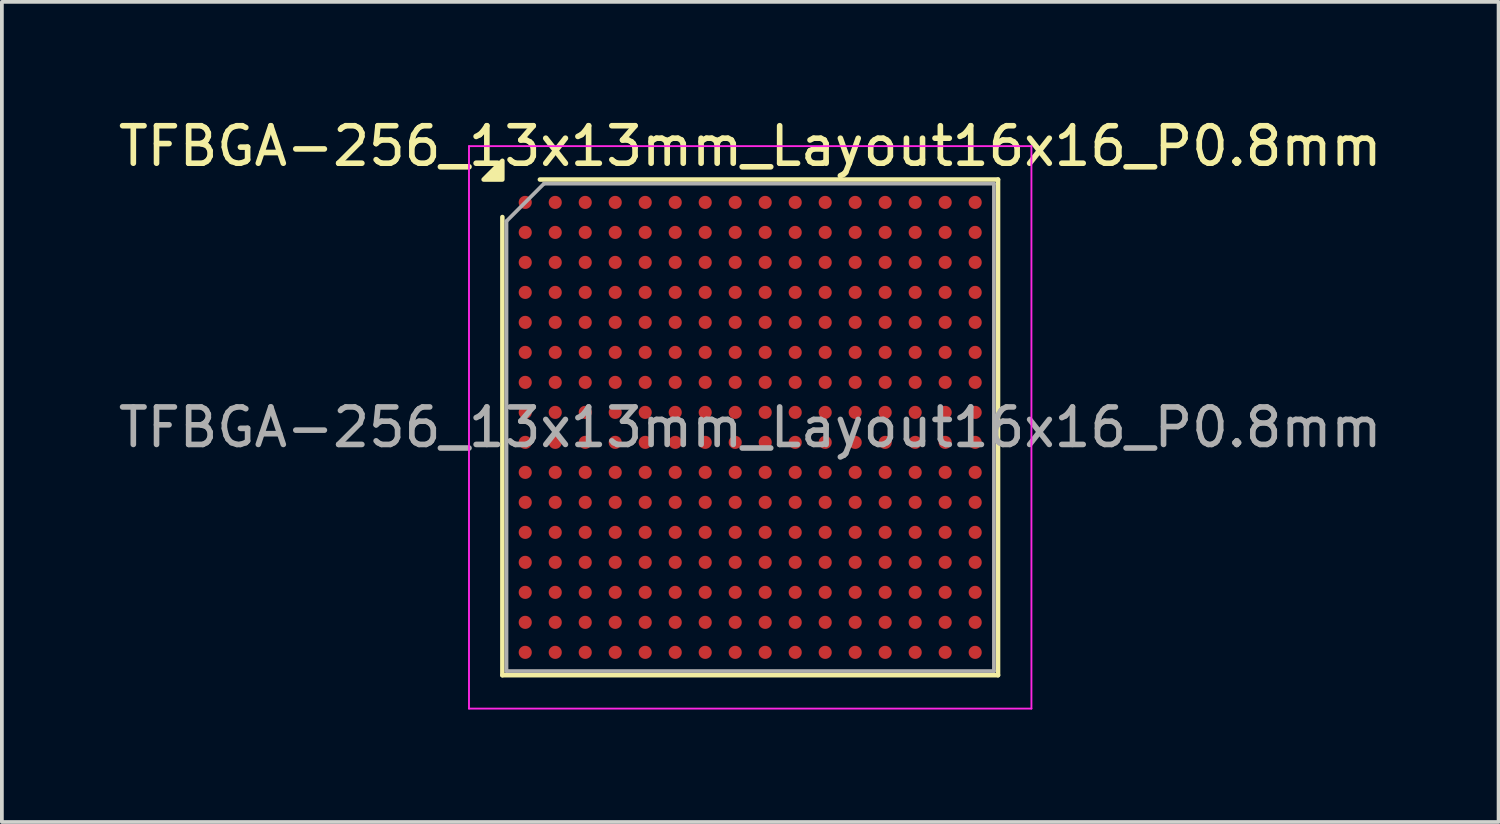
<source format=kicad_pcb>
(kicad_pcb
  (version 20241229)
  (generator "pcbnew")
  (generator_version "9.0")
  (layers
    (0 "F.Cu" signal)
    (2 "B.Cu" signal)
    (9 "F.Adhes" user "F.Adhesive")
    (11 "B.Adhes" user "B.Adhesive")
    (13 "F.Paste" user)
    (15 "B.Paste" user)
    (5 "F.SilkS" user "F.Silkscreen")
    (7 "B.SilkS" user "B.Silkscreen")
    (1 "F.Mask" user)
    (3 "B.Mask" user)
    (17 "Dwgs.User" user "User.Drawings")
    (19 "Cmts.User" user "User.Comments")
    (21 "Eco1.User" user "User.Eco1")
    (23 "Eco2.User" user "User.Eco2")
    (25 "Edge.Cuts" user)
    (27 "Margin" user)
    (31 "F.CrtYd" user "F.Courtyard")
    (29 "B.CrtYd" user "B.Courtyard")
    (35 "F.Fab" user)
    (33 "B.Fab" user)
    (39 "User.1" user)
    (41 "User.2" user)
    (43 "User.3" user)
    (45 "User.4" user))
  (footprint "TFBGA-256_13x13mm_Layout16x16_P0.8mm"
    (layer "F.Cu")
    (at 16.958 8.348)
    (property "Reference" "TFBGA-256_13x13mm_Layout16x16_P0.8mm" (at 0 -7.5 0) (layer "F.SilkS") (effects (font (size 1 1) (thickness 0.15))))
    (attr smd)
    (fp_line (start -6.61 6.61) (end -6.61 -5.61) (stroke (width 0.12) (type solid)) (layer "F.SilkS"))
    (fp_line (start -5.61 -6.61) (end 6.61 -6.61) (stroke (width 0.12) (type solid)) (layer "F.SilkS"))
    (fp_line (start 6.61 -6.61) (end 6.61 6.61) (stroke (width 0.12) (type solid)) (layer "F.SilkS"))
    (fp_line (start 6.61 6.61) (end -6.61 6.61) (stroke (width 0.12) (type solid)) (layer "F.SilkS"))
    (fp_poly (pts (xy -6.61 -6.61) (xy -7.11 -6.61) (xy -6.61 -7.11)) (stroke (width 0.12) (type solid)) (fill yes) (layer "F.SilkS"))
    (fp_line (start -7.5 -7.5) (end -7.5 7.5) (stroke (width 0.05) (type solid)) (layer "F.CrtYd"))
    (fp_line (start -7.5 7.5) (end 7.5 7.5) (stroke (width 0.05) (type solid)) (layer "F.CrtYd"))
    (fp_line (start 7.5 -7.5) (end -7.5 -7.5) (stroke (width 0.05) (type solid)) (layer "F.CrtYd"))
    (fp_line (start 7.5 7.5) (end 7.5 -7.5) (stroke (width 0.05) (type solid)) (layer "F.CrtYd"))
    (fp_line (start -6.5 -5.5) (end -5.5 -6.5) (stroke (width 0.1) (type solid)) (layer "F.Fab"))
    (fp_line (start -6.5 6.5) (end -6.5 -5.5) (stroke (width 0.1) (type solid)) (layer "F.Fab"))
    (fp_line (start -5.5 -6.5) (end 6.5 -6.5) (stroke (width 0.1) (type solid)) (layer "F.Fab"))
    (fp_line (start 6.5 -6.5) (end 6.5 6.5) (stroke (width 0.1) (type solid)) (layer "F.Fab"))
    (fp_line (start 6.5 6.5) (end -6.5 6.5) (stroke (width 0.1) (type solid)) (layer "F.Fab"))
    (fp_text user "${REFERENCE}" (at 0 0 0) (layer "F.Fab") (effects (font (size 1 1) (thickness 0.15))))
    (pad "A1" smd circle (at -6 -6) (size 0.35 0.35) (property pad_prop_bga) (layers "F.Cu" "F.Mask" "F.Paste"))
    (pad "A2" smd circle (at -5.2 -6) (size 0.35 0.35) (property pad_prop_bga) (layers "F.Cu" "F.Mask" "F.Paste"))
    (pad "A3" smd circle (at -4.4 -6) (size 0.35 0.35) (property pad_prop_bga) (layers "F.Cu" "F.Mask" "F.Paste"))
    (pad "A4" smd circle (at -3.6 -6) (size 0.35 0.35) (property pad_prop_bga) (layers "F.Cu" "F.Mask" "F.Paste"))
    (pad "A5" smd circle (at -2.8 -6) (size 0.35 0.35) (property pad_prop_bga) (layers "F.Cu" "F.Mask" "F.Paste"))
    (pad "A6" smd circle (at -2 -6) (size 0.35 0.35) (property pad_prop_bga) (layers "F.Cu" "F.Mask" "F.Paste"))
    (pad "A7" smd circle (at -1.2 -6) (size 0.35 0.35) (property pad_prop_bga) (layers "F.Cu" "F.Mask" "F.Paste"))
    (pad "A8" smd circle (at -0.4 -6) (size 0.35 0.35) (property pad_prop_bga) (layers "F.Cu" "F.Mask" "F.Paste"))
    (pad "A9" smd circle (at 0.4 -6) (size 0.35 0.35) (property pad_prop_bga) (layers "F.Cu" "F.Mask" "F.Paste"))
    (pad "A10" smd circle (at 1.2 -6) (size 0.35 0.35) (property pad_prop_bga) (layers "F.Cu" "F.Mask" "F.Paste"))
    (pad "A11" smd circle (at 2 -6) (size 0.35 0.35) (property pad_prop_bga) (layers "F.Cu" "F.Mask" "F.Paste"))
    (pad "A12" smd circle (at 2.8 -6) (size 0.35 0.35) (property pad_prop_bga) (layers "F.Cu" "F.Mask" "F.Paste"))
    (pad "A13" smd circle (at 3.6 -6) (size 0.35 0.35) (property pad_prop_bga) (layers "F.Cu" "F.Mask" "F.Paste"))
    (pad "A14" smd circle (at 4.4 -6) (size 0.35 0.35) (property pad_prop_bga) (layers "F.Cu" "F.Mask" "F.Paste"))
    (pad "A15" smd circle (at 5.2 -6) (size 0.35 0.35) (property pad_prop_bga) (layers "F.Cu" "F.Mask" "F.Paste"))
    (pad "A16" smd circle (at 6 -6) (size 0.35 0.35) (property pad_prop_bga) (layers "F.Cu" "F.Mask" "F.Paste"))
    (pad "B1" smd circle (at -6 -5.2) (size 0.35 0.35) (property pad_prop_bga) (layers "F.Cu" "F.Mask" "F.Paste"))
    (pad "B2" smd circle (at -5.2 -5.2) (size 0.35 0.35) (property pad_prop_bga) (layers "F.Cu" "F.Mask" "F.Paste"))
    (pad "B3" smd circle (at -4.4 -5.2) (size 0.35 0.35) (property pad_prop_bga) (layers "F.Cu" "F.Mask" "F.Paste"))
    (pad "B4" smd circle (at -3.6 -5.2) (size 0.35 0.35) (property pad_prop_bga) (layers "F.Cu" "F.Mask" "F.Paste"))
    (pad "B5" smd circle (at -2.8 -5.2) (size 0.35 0.35) (property pad_prop_bga) (layers "F.Cu" "F.Mask" "F.Paste"))
    (pad "B6" smd circle (at -2 -5.2) (size 0.35 0.35) (property pad_prop_bga) (layers "F.Cu" "F.Mask" "F.Paste"))
    (pad "B7" smd circle (at -1.2 -5.2) (size 0.35 0.35) (property pad_prop_bga) (layers "F.Cu" "F.Mask" "F.Paste"))
    (pad "B8" smd circle (at -0.4 -5.2) (size 0.35 0.35) (property pad_prop_bga) (layers "F.Cu" "F.Mask" "F.Paste"))
    (pad "B9" smd circle (at 0.4 -5.2) (size 0.35 0.35) (property pad_prop_bga) (layers "F.Cu" "F.Mask" "F.Paste"))
    (pad "B10" smd circle (at 1.2 -5.2) (size 0.35 0.35) (property pad_prop_bga) (layers "F.Cu" "F.Mask" "F.Paste"))
    (pad "B11" smd circle (at 2 -5.2) (size 0.35 0.35) (property pad_prop_bga) (layers "F.Cu" "F.Mask" "F.Paste"))
    (pad "B12" smd circle (at 2.8 -5.2) (size 0.35 0.35) (property pad_prop_bga) (layers "F.Cu" "F.Mask" "F.Paste"))
    (pad "B13" smd circle (at 3.6 -5.2) (size 0.35 0.35) (property pad_prop_bga) (layers "F.Cu" "F.Mask" "F.Paste"))
    (pad "B14" smd circle (at 4.4 -5.2) (size 0.35 0.35) (property pad_prop_bga) (layers "F.Cu" "F.Mask" "F.Paste"))
    (pad "B15" smd circle (at 5.2 -5.2) (size 0.35 0.35) (property pad_prop_bga) (layers "F.Cu" "F.Mask" "F.Paste"))
    (pad "B16" smd circle (at 6 -5.2) (size 0.35 0.35) (property pad_prop_bga) (layers "F.Cu" "F.Mask" "F.Paste"))
    (pad "C1" smd circle (at -6 -4.4) (size 0.35 0.35) (property pad_prop_bga) (layers "F.Cu" "F.Mask" "F.Paste"))
    (pad "C2" smd circle (at -5.2 -4.4) (size 0.35 0.35) (property pad_prop_bga) (layers "F.Cu" "F.Mask" "F.Paste"))
    (pad "C3" smd circle (at -4.4 -4.4) (size 0.35 0.35) (property pad_prop_bga) (layers "F.Cu" "F.Mask" "F.Paste"))
    (pad "C4" smd circle (at -3.6 -4.4) (size 0.35 0.35) (property pad_prop_bga) (layers "F.Cu" "F.Mask" "F.Paste"))
    (pad "C5" smd circle (at -2.8 -4.4) (size 0.35 0.35) (property pad_prop_bga) (layers "F.Cu" "F.Mask" "F.Paste"))
    (pad "C6" smd circle (at -2 -4.4) (size 0.35 0.35) (property pad_prop_bga) (layers "F.Cu" "F.Mask" "F.Paste"))
    (pad "C7" smd circle (at -1.2 -4.4) (size 0.35 0.35) (property pad_prop_bga) (layers "F.Cu" "F.Mask" "F.Paste"))
    (pad "C8" smd circle (at -0.4 -4.4) (size 0.35 0.35) (property pad_prop_bga) (layers "F.Cu" "F.Mask" "F.Paste"))
    (pad "C9" smd circle (at 0.4 -4.4) (size 0.35 0.35) (property pad_prop_bga) (layers "F.Cu" "F.Mask" "F.Paste"))
    (pad "C10" smd circle (at 1.2 -4.4) (size 0.35 0.35) (property pad_prop_bga) (layers "F.Cu" "F.Mask" "F.Paste"))
    (pad "C11" smd circle (at 2 -4.4) (size 0.35 0.35) (property pad_prop_bga) (layers "F.Cu" "F.Mask" "F.Paste"))
    (pad "C12" smd circle (at 2.8 -4.4) (size 0.35 0.35) (property pad_prop_bga) (layers "F.Cu" "F.Mask" "F.Paste"))
    (pad "C13" smd circle (at 3.6 -4.4) (size 0.35 0.35) (property pad_prop_bga) (layers "F.Cu" "F.Mask" "F.Paste"))
    (pad "C14" smd circle (at 4.4 -4.4) (size 0.35 0.35) (property pad_prop_bga) (layers "F.Cu" "F.Mask" "F.Paste"))
    (pad "C15" smd circle (at 5.2 -4.4) (size 0.35 0.35) (property pad_prop_bga) (layers "F.Cu" "F.Mask" "F.Paste"))
    (pad "C16" smd circle (at 6 -4.4) (size 0.35 0.35) (property pad_prop_bga) (layers "F.Cu" "F.Mask" "F.Paste"))
    (pad "D1" smd circle (at -6 -3.6) (size 0.35 0.35) (property pad_prop_bga) (layers "F.Cu" "F.Mask" "F.Paste"))
    (pad "D2" smd circle (at -5.2 -3.6) (size 0.35 0.35) (property pad_prop_bga) (layers "F.Cu" "F.Mask" "F.Paste"))
    (pad "D3" smd circle (at -4.4 -3.6) (size 0.35 0.35) (property pad_prop_bga) (layers "F.Cu" "F.Mask" "F.Paste"))
    (pad "D4" smd circle (at -3.6 -3.6) (size 0.35 0.35) (property pad_prop_bga) (layers "F.Cu" "F.Mask" "F.Paste"))
    (pad "D5" smd circle (at -2.8 -3.6) (size 0.35 0.35) (property pad_prop_bga) (layers "F.Cu" "F.Mask" "F.Paste"))
    (pad "D6" smd circle (at -2 -3.6) (size 0.35 0.35) (property pad_prop_bga) (layers "F.Cu" "F.Mask" "F.Paste"))
    (pad "D7" smd circle (at -1.2 -3.6) (size 0.35 0.35) (property pad_prop_bga) (layers "F.Cu" "F.Mask" "F.Paste"))
    (pad "D8" smd circle (at -0.4 -3.6) (size 0.35 0.35) (property pad_prop_bga) (layers "F.Cu" "F.Mask" "F.Paste"))
    (pad "D9" smd circle (at 0.4 -3.6) (size 0.35 0.35) (property pad_prop_bga) (layers "F.Cu" "F.Mask" "F.Paste"))
    (pad "D10" smd circle (at 1.2 -3.6) (size 0.35 0.35) (property pad_prop_bga) (layers "F.Cu" "F.Mask" "F.Paste"))
    (pad "D11" smd circle (at 2 -3.6) (size 0.35 0.35) (property pad_prop_bga) (layers "F.Cu" "F.Mask" "F.Paste"))
    (pad "D12" smd circle (at 2.8 -3.6) (size 0.35 0.35) (property pad_prop_bga) (layers "F.Cu" "F.Mask" "F.Paste"))
    (pad "D13" smd circle (at 3.6 -3.6) (size 0.35 0.35) (property pad_prop_bga) (layers "F.Cu" "F.Mask" "F.Paste"))
    (pad "D14" smd circle (at 4.4 -3.6) (size 0.35 0.35) (property pad_prop_bga) (layers "F.Cu" "F.Mask" "F.Paste"))
    (pad "D15" smd circle (at 5.2 -3.6) (size 0.35 0.35) (property pad_prop_bga) (layers "F.Cu" "F.Mask" "F.Paste"))
    (pad "D16" smd circle (at 6 -3.6) (size 0.35 0.35) (property pad_prop_bga) (layers "F.Cu" "F.Mask" "F.Paste"))
    (pad "E1" smd circle (at -6 -2.8) (size 0.35 0.35) (property pad_prop_bga) (layers "F.Cu" "F.Mask" "F.Paste"))
    (pad "E2" smd circle (at -5.2 -2.8) (size 0.35 0.35) (property pad_prop_bga) (layers "F.Cu" "F.Mask" "F.Paste"))
    (pad "E3" smd circle (at -4.4 -2.8) (size 0.35 0.35) (property pad_prop_bga) (layers "F.Cu" "F.Mask" "F.Paste"))
    (pad "E4" smd circle (at -3.6 -2.8) (size 0.35 0.35) (property pad_prop_bga) (layers "F.Cu" "F.Mask" "F.Paste"))
    (pad "E5" smd circle (at -2.8 -2.8) (size 0.35 0.35) (property pad_prop_bga) (layers "F.Cu" "F.Mask" "F.Paste"))
    (pad "E6" smd circle (at -2 -2.8) (size 0.35 0.35) (property pad_prop_bga) (layers "F.Cu" "F.Mask" "F.Paste"))
    (pad "E7" smd circle (at -1.2 -2.8) (size 0.35 0.35) (property pad_prop_bga) (layers "F.Cu" "F.Mask" "F.Paste"))
    (pad "E8" smd circle (at -0.4 -2.8) (size 0.35 0.35) (property pad_prop_bga) (layers "F.Cu" "F.Mask" "F.Paste"))
    (pad "E9" smd circle (at 0.4 -2.8) (size 0.35 0.35) (property pad_prop_bga) (layers "F.Cu" "F.Mask" "F.Paste"))
    (pad "E10" smd circle (at 1.2 -2.8) (size 0.35 0.35) (property pad_prop_bga) (layers "F.Cu" "F.Mask" "F.Paste"))
    (pad "E11" smd circle (at 2 -2.8) (size 0.35 0.35) (property pad_prop_bga) (layers "F.Cu" "F.Mask" "F.Paste"))
    (pad "E12" smd circle (at 2.8 -2.8) (size 0.35 0.35) (property pad_prop_bga) (layers "F.Cu" "F.Mask" "F.Paste"))
    (pad "E13" smd circle (at 3.6 -2.8) (size 0.35 0.35) (property pad_prop_bga) (layers "F.Cu" "F.Mask" "F.Paste"))
    (pad "E14" smd circle (at 4.4 -2.8) (size 0.35 0.35) (property pad_prop_bga) (layers "F.Cu" "F.Mask" "F.Paste"))
    (pad "E15" smd circle (at 5.2 -2.8) (size 0.35 0.35) (property pad_prop_bga) (layers "F.Cu" "F.Mask" "F.Paste"))
    (pad "E16" smd circle (at 6 -2.8) (size 0.35 0.35) (property pad_prop_bga) (layers "F.Cu" "F.Mask" "F.Paste"))
    (pad "F1" smd circle (at -6 -2) (size 0.35 0.35) (property pad_prop_bga) (layers "F.Cu" "F.Mask" "F.Paste"))
    (pad "F2" smd circle (at -5.2 -2) (size 0.35 0.35) (property pad_prop_bga) (layers "F.Cu" "F.Mask" "F.Paste"))
    (pad "F3" smd circle (at -4.4 -2) (size 0.35 0.35) (property pad_prop_bga) (layers "F.Cu" "F.Mask" "F.Paste"))
    (pad "F4" smd circle (at -3.6 -2) (size 0.35 0.35) (property pad_prop_bga) (layers "F.Cu" "F.Mask" "F.Paste"))
    (pad "F5" smd circle (at -2.8 -2) (size 0.35 0.35) (property pad_prop_bga) (layers "F.Cu" "F.Mask" "F.Paste"))
    (pad "F6" smd circle (at -2 -2) (size 0.35 0.35) (property pad_prop_bga) (layers "F.Cu" "F.Mask" "F.Paste"))
    (pad "F7" smd circle (at -1.2 -2) (size 0.35 0.35) (property pad_prop_bga) (layers "F.Cu" "F.Mask" "F.Paste"))
    (pad "F8" smd circle (at -0.4 -2) (size 0.35 0.35) (property pad_prop_bga) (layers "F.Cu" "F.Mask" "F.Paste"))
    (pad "F9" smd circle (at 0.4 -2) (size 0.35 0.35) (property pad_prop_bga) (layers "F.Cu" "F.Mask" "F.Paste"))
    (pad "F10" smd circle (at 1.2 -2) (size 0.35 0.35) (property pad_prop_bga) (layers "F.Cu" "F.Mask" "F.Paste"))
    (pad "F11" smd circle (at 2 -2) (size 0.35 0.35) (property pad_prop_bga) (layers "F.Cu" "F.Mask" "F.Paste"))
    (pad "F12" smd circle (at 2.8 -2) (size 0.35 0.35) (property pad_prop_bga) (layers "F.Cu" "F.Mask" "F.Paste"))
    (pad "F13" smd circle (at 3.6 -2) (size 0.35 0.35) (property pad_prop_bga) (layers "F.Cu" "F.Mask" "F.Paste"))
    (pad "F14" smd circle (at 4.4 -2) (size 0.35 0.35) (property pad_prop_bga) (layers "F.Cu" "F.Mask" "F.Paste"))
    (pad "F15" smd circle (at 5.2 -2) (size 0.35 0.35) (property pad_prop_bga) (layers "F.Cu" "F.Mask" "F.Paste"))
    (pad "F16" smd circle (at 6 -2) (size 0.35 0.35) (property pad_prop_bga) (layers "F.Cu" "F.Mask" "F.Paste"))
    (pad "G1" smd circle (at -6 -1.2) (size 0.35 0.35) (property pad_prop_bga) (layers "F.Cu" "F.Mask" "F.Paste"))
    (pad "G2" smd circle (at -5.2 -1.2) (size 0.35 0.35) (property pad_prop_bga) (layers "F.Cu" "F.Mask" "F.Paste"))
    (pad "G3" smd circle (at -4.4 -1.2) (size 0.35 0.35) (property pad_prop_bga) (layers "F.Cu" "F.Mask" "F.Paste"))
    (pad "G4" smd circle (at -3.6 -1.2) (size 0.35 0.35) (property pad_prop_bga) (layers "F.Cu" "F.Mask" "F.Paste"))
    (pad "G5" smd circle (at -2.8 -1.2) (size 0.35 0.35) (property pad_prop_bga) (layers "F.Cu" "F.Mask" "F.Paste"))
    (pad "G6" smd circle (at -2 -1.2) (size 0.35 0.35) (property pad_prop_bga) (layers "F.Cu" "F.Mask" "F.Paste"))
    (pad "G7" smd circle (at -1.2 -1.2) (size 0.35 0.35) (property pad_prop_bga) (layers "F.Cu" "F.Mask" "F.Paste"))
    (pad "G8" smd circle (at -0.4 -1.2) (size 0.35 0.35) (property pad_prop_bga) (layers "F.Cu" "F.Mask" "F.Paste"))
    (pad "G9" smd circle (at 0.4 -1.2) (size 0.35 0.35) (property pad_prop_bga) (layers "F.Cu" "F.Mask" "F.Paste"))
    (pad "G10" smd circle (at 1.2 -1.2) (size 0.35 0.35) (property pad_prop_bga) (layers "F.Cu" "F.Mask" "F.Paste"))
    (pad "G11" smd circle (at 2 -1.2) (size 0.35 0.35) (property pad_prop_bga) (layers "F.Cu" "F.Mask" "F.Paste"))
    (pad "G12" smd circle (at 2.8 -1.2) (size 0.35 0.35) (property pad_prop_bga) (layers "F.Cu" "F.Mask" "F.Paste"))
    (pad "G13" smd circle (at 3.6 -1.2) (size 0.35 0.35) (property pad_prop_bga) (layers "F.Cu" "F.Mask" "F.Paste"))
    (pad "G14" smd circle (at 4.4 -1.2) (size 0.35 0.35) (property pad_prop_bga) (layers "F.Cu" "F.Mask" "F.Paste"))
    (pad "G15" smd circle (at 5.2 -1.2) (size 0.35 0.35) (property pad_prop_bga) (layers "F.Cu" "F.Mask" "F.Paste"))
    (pad "G16" smd circle (at 6 -1.2) (size 0.35 0.35) (property pad_prop_bga) (layers "F.Cu" "F.Mask" "F.Paste"))
    (pad "H1" smd circle (at -6 -0.4) (size 0.35 0.35) (property pad_prop_bga) (layers "F.Cu" "F.Mask" "F.Paste"))
    (pad "H2" smd circle (at -5.2 -0.4) (size 0.35 0.35) (property pad_prop_bga) (layers "F.Cu" "F.Mask" "F.Paste"))
    (pad "H3" smd circle (at -4.4 -0.4) (size 0.35 0.35) (property pad_prop_bga) (layers "F.Cu" "F.Mask" "F.Paste"))
    (pad "H4" smd circle (at -3.6 -0.4) (size 0.35 0.35) (property pad_prop_bga) (layers "F.Cu" "F.Mask" "F.Paste"))
    (pad "H5" smd circle (at -2.8 -0.4) (size 0.35 0.35) (property pad_prop_bga) (layers "F.Cu" "F.Mask" "F.Paste"))
    (pad "H6" smd circle (at -2 -0.4) (size 0.35 0.35) (property pad_prop_bga) (layers "F.Cu" "F.Mask" "F.Paste"))
    (pad "H7" smd circle (at -1.2 -0.4) (size 0.35 0.35) (property pad_prop_bga) (layers "F.Cu" "F.Mask" "F.Paste"))
    (pad "H8" smd circle (at -0.4 -0.4) (size 0.35 0.35) (property pad_prop_bga) (layers "F.Cu" "F.Mask" "F.Paste"))
    (pad "H9" smd circle (at 0.4 -0.4) (size 0.35 0.35) (property pad_prop_bga) (layers "F.Cu" "F.Mask" "F.Paste"))
    (pad "H10" smd circle (at 1.2 -0.4) (size 0.35 0.35) (property pad_prop_bga) (layers "F.Cu" "F.Mask" "F.Paste"))
    (pad "H11" smd circle (at 2 -0.4) (size 0.35 0.35) (property pad_prop_bga) (layers "F.Cu" "F.Mask" "F.Paste"))
    (pad "H12" smd circle (at 2.8 -0.4) (size 0.35 0.35) (property pad_prop_bga) (layers "F.Cu" "F.Mask" "F.Paste"))
    (pad "H13" smd circle (at 3.6 -0.4) (size 0.35 0.35) (property pad_prop_bga) (layers "F.Cu" "F.Mask" "F.Paste"))
    (pad "H14" smd circle (at 4.4 -0.4) (size 0.35 0.35) (property pad_prop_bga) (layers "F.Cu" "F.Mask" "F.Paste"))
    (pad "H15" smd circle (at 5.2 -0.4) (size 0.35 0.35) (property pad_prop_bga) (layers "F.Cu" "F.Mask" "F.Paste"))
    (pad "H16" smd circle (at 6 -0.4) (size 0.35 0.35) (property pad_prop_bga) (layers "F.Cu" "F.Mask" "F.Paste"))
    (pad "J1" smd circle (at -6 0.4) (size 0.35 0.35) (property pad_prop_bga) (layers "F.Cu" "F.Mask" "F.Paste"))
    (pad "J2" smd circle (at -5.2 0.4) (size 0.35 0.35) (property pad_prop_bga) (layers "F.Cu" "F.Mask" "F.Paste"))
    (pad "J3" smd circle (at -4.4 0.4) (size 0.35 0.35) (property pad_prop_bga) (layers "F.Cu" "F.Mask" "F.Paste"))
    (pad "J4" smd circle (at -3.6 0.4) (size 0.35 0.35) (property pad_prop_bga) (layers "F.Cu" "F.Mask" "F.Paste"))
    (pad "J5" smd circle (at -2.8 0.4) (size 0.35 0.35) (property pad_prop_bga) (layers "F.Cu" "F.Mask" "F.Paste"))
    (pad "J6" smd circle (at -2 0.4) (size 0.35 0.35) (property pad_prop_bga) (layers "F.Cu" "F.Mask" "F.Paste"))
    (pad "J7" smd circle (at -1.2 0.4) (size 0.35 0.35) (property pad_prop_bga) (layers "F.Cu" "F.Mask" "F.Paste"))
    (pad "J8" smd circle (at -0.4 0.4) (size 0.35 0.35) (property pad_prop_bga) (layers "F.Cu" "F.Mask" "F.Paste"))
    (pad "J9" smd circle (at 0.4 0.4) (size 0.35 0.35) (property pad_prop_bga) (layers "F.Cu" "F.Mask" "F.Paste"))
    (pad "J10" smd circle (at 1.2 0.4) (size 0.35 0.35) (property pad_prop_bga) (layers "F.Cu" "F.Mask" "F.Paste"))
    (pad "J11" smd circle (at 2 0.4) (size 0.35 0.35) (property pad_prop_bga) (layers "F.Cu" "F.Mask" "F.Paste"))
    (pad "J12" smd circle (at 2.8 0.4) (size 0.35 0.35) (property pad_prop_bga) (layers "F.Cu" "F.Mask" "F.Paste"))
    (pad "J13" smd circle (at 3.6 0.4) (size 0.35 0.35) (property pad_prop_bga) (layers "F.Cu" "F.Mask" "F.Paste"))
    (pad "J14" smd circle (at 4.4 0.4) (size 0.35 0.35) (property pad_prop_bga) (layers "F.Cu" "F.Mask" "F.Paste"))
    (pad "J15" smd circle (at 5.2 0.4) (size 0.35 0.35) (property pad_prop_bga) (layers "F.Cu" "F.Mask" "F.Paste"))
    (pad "J16" smd circle (at 6 0.4) (size 0.35 0.35) (property pad_prop_bga) (layers "F.Cu" "F.Mask" "F.Paste"))
    (pad "K1" smd circle (at -6 1.2) (size 0.35 0.35) (property pad_prop_bga) (layers "F.Cu" "F.Mask" "F.Paste"))
    (pad "K2" smd circle (at -5.2 1.2) (size 0.35 0.35) (property pad_prop_bga) (layers "F.Cu" "F.Mask" "F.Paste"))
    (pad "K3" smd circle (at -4.4 1.2) (size 0.35 0.35) (property pad_prop_bga) (layers "F.Cu" "F.Mask" "F.Paste"))
    (pad "K4" smd circle (at -3.6 1.2) (size 0.35 0.35) (property pad_prop_bga) (layers "F.Cu" "F.Mask" "F.Paste"))
    (pad "K5" smd circle (at -2.8 1.2) (size 0.35 0.35) (property pad_prop_bga) (layers "F.Cu" "F.Mask" "F.Paste"))
    (pad "K6" smd circle (at -2 1.2) (size 0.35 0.35) (property pad_prop_bga) (layers "F.Cu" "F.Mask" "F.Paste"))
    (pad "K7" smd circle (at -1.2 1.2) (size 0.35 0.35) (property pad_prop_bga) (layers "F.Cu" "F.Mask" "F.Paste"))
    (pad "K8" smd circle (at -0.4 1.2) (size 0.35 0.35) (property pad_prop_bga) (layers "F.Cu" "F.Mask" "F.Paste"))
    (pad "K9" smd circle (at 0.4 1.2) (size 0.35 0.35) (property pad_prop_bga) (layers "F.Cu" "F.Mask" "F.Paste"))
    (pad "K10" smd circle (at 1.2 1.2) (size 0.35 0.35) (property pad_prop_bga) (layers "F.Cu" "F.Mask" "F.Paste"))
    (pad "K11" smd circle (at 2 1.2) (size 0.35 0.35) (property pad_prop_bga) (layers "F.Cu" "F.Mask" "F.Paste"))
    (pad "K12" smd circle (at 2.8 1.2) (size 0.35 0.35) (property pad_prop_bga) (layers "F.Cu" "F.Mask" "F.Paste"))
    (pad "K13" smd circle (at 3.6 1.2) (size 0.35 0.35) (property pad_prop_bga) (layers "F.Cu" "F.Mask" "F.Paste"))
    (pad "K14" smd circle (at 4.4 1.2) (size 0.35 0.35) (property pad_prop_bga) (layers "F.Cu" "F.Mask" "F.Paste"))
    (pad "K15" smd circle (at 5.2 1.2) (size 0.35 0.35) (property pad_prop_bga) (layers "F.Cu" "F.Mask" "F.Paste"))
    (pad "K16" smd circle (at 6 1.2) (size 0.35 0.35) (property pad_prop_bga) (layers "F.Cu" "F.Mask" "F.Paste"))
    (pad "L1" smd circle (at -6 2) (size 0.35 0.35) (property pad_prop_bga) (layers "F.Cu" "F.Mask" "F.Paste"))
    (pad "L2" smd circle (at -5.2 2) (size 0.35 0.35) (property pad_prop_bga) (layers "F.Cu" "F.Mask" "F.Paste"))
    (pad "L3" smd circle (at -4.4 2) (size 0.35 0.35) (property pad_prop_bga) (layers "F.Cu" "F.Mask" "F.Paste"))
    (pad "L4" smd circle (at -3.6 2) (size 0.35 0.35) (property pad_prop_bga) (layers "F.Cu" "F.Mask" "F.Paste"))
    (pad "L5" smd circle (at -2.8 2) (size 0.35 0.35) (property pad_prop_bga) (layers "F.Cu" "F.Mask" "F.Paste"))
    (pad "L6" smd circle (at -2 2) (size 0.35 0.35) (property pad_prop_bga) (layers "F.Cu" "F.Mask" "F.Paste"))
    (pad "L7" smd circle (at -1.2 2) (size 0.35 0.35) (property pad_prop_bga) (layers "F.Cu" "F.Mask" "F.Paste"))
    (pad "L8" smd circle (at -0.4 2) (size 0.35 0.35) (property pad_prop_bga) (layers "F.Cu" "F.Mask" "F.Paste"))
    (pad "L9" smd circle (at 0.4 2) (size 0.35 0.35) (property pad_prop_bga) (layers "F.Cu" "F.Mask" "F.Paste"))
    (pad "L10" smd circle (at 1.2 2) (size 0.35 0.35) (property pad_prop_bga) (layers "F.Cu" "F.Mask" "F.Paste"))
    (pad "L11" smd circle (at 2 2) (size 0.35 0.35) (property pad_prop_bga) (layers "F.Cu" "F.Mask" "F.Paste"))
    (pad "L12" smd circle (at 2.8 2) (size 0.35 0.35) (property pad_prop_bga) (layers "F.Cu" "F.Mask" "F.Paste"))
    (pad "L13" smd circle (at 3.6 2) (size 0.35 0.35) (property pad_prop_bga) (layers "F.Cu" "F.Mask" "F.Paste"))
    (pad "L14" smd circle (at 4.4 2) (size 0.35 0.35) (property pad_prop_bga) (layers "F.Cu" "F.Mask" "F.Paste"))
    (pad "L15" smd circle (at 5.2 2) (size 0.35 0.35) (property pad_prop_bga) (layers "F.Cu" "F.Mask" "F.Paste"))
    (pad "L16" smd circle (at 6 2) (size 0.35 0.35) (property pad_prop_bga) (layers "F.Cu" "F.Mask" "F.Paste"))
    (pad "M1" smd circle (at -6 2.8) (size 0.35 0.35) (property pad_prop_bga) (layers "F.Cu" "F.Mask" "F.Paste"))
    (pad "M2" smd circle (at -5.2 2.8) (size 0.35 0.35) (property pad_prop_bga) (layers "F.Cu" "F.Mask" "F.Paste"))
    (pad "M3" smd circle (at -4.4 2.8) (size 0.35 0.35) (property pad_prop_bga) (layers "F.Cu" "F.Mask" "F.Paste"))
    (pad "M4" smd circle (at -3.6 2.8) (size 0.35 0.35) (property pad_prop_bga) (layers "F.Cu" "F.Mask" "F.Paste"))
    (pad "M5" smd circle (at -2.8 2.8) (size 0.35 0.35) (property pad_prop_bga) (layers "F.Cu" "F.Mask" "F.Paste"))
    (pad "M6" smd circle (at -2 2.8) (size 0.35 0.35) (property pad_prop_bga) (layers "F.Cu" "F.Mask" "F.Paste"))
    (pad "M7" smd circle (at -1.2 2.8) (size 0.35 0.35) (property pad_prop_bga) (layers "F.Cu" "F.Mask" "F.Paste"))
    (pad "M8" smd circle (at -0.4 2.8) (size 0.35 0.35) (property pad_prop_bga) (layers "F.Cu" "F.Mask" "F.Paste"))
    (pad "M9" smd circle (at 0.4 2.8) (size 0.35 0.35) (property pad_prop_bga) (layers "F.Cu" "F.Mask" "F.Paste"))
    (pad "M10" smd circle (at 1.2 2.8) (size 0.35 0.35) (property pad_prop_bga) (layers "F.Cu" "F.Mask" "F.Paste"))
    (pad "M11" smd circle (at 2 2.8) (size 0.35 0.35) (property pad_prop_bga) (layers "F.Cu" "F.Mask" "F.Paste"))
    (pad "M12" smd circle (at 2.8 2.8) (size 0.35 0.35) (property pad_prop_bga) (layers "F.Cu" "F.Mask" "F.Paste"))
    (pad "M13" smd circle (at 3.6 2.8) (size 0.35 0.35) (property pad_prop_bga) (layers "F.Cu" "F.Mask" "F.Paste"))
    (pad "M14" smd circle (at 4.4 2.8) (size 0.35 0.35) (property pad_prop_bga) (layers "F.Cu" "F.Mask" "F.Paste"))
    (pad "M15" smd circle (at 5.2 2.8) (size 0.35 0.35) (property pad_prop_bga) (layers "F.Cu" "F.Mask" "F.Paste"))
    (pad "M16" smd circle (at 6 2.8) (size 0.35 0.35) (property pad_prop_bga) (layers "F.Cu" "F.Mask" "F.Paste"))
    (pad "N1" smd circle (at -6 3.6) (size 0.35 0.35) (property pad_prop_bga) (layers "F.Cu" "F.Mask" "F.Paste"))
    (pad "N2" smd circle (at -5.2 3.6) (size 0.35 0.35) (property pad_prop_bga) (layers "F.Cu" "F.Mask" "F.Paste"))
    (pad "N3" smd circle (at -4.4 3.6) (size 0.35 0.35) (property pad_prop_bga) (layers "F.Cu" "F.Mask" "F.Paste"))
    (pad "N4" smd circle (at -3.6 3.6) (size 0.35 0.35) (property pad_prop_bga) (layers "F.Cu" "F.Mask" "F.Paste"))
    (pad "N5" smd circle (at -2.8 3.6) (size 0.35 0.35) (property pad_prop_bga) (layers "F.Cu" "F.Mask" "F.Paste"))
    (pad "N6" smd circle (at -2 3.6) (size 0.35 0.35) (property pad_prop_bga) (layers "F.Cu" "F.Mask" "F.Paste"))
    (pad "N7" smd circle (at -1.2 3.6) (size 0.35 0.35) (property pad_prop_bga) (layers "F.Cu" "F.Mask" "F.Paste"))
    (pad "N8" smd circle (at -0.4 3.6) (size 0.35 0.35) (property pad_prop_bga) (layers "F.Cu" "F.Mask" "F.Paste"))
    (pad "N9" smd circle (at 0.4 3.6) (size 0.35 0.35) (property pad_prop_bga) (layers "F.Cu" "F.Mask" "F.Paste"))
    (pad "N10" smd circle (at 1.2 3.6) (size 0.35 0.35) (property pad_prop_bga) (layers "F.Cu" "F.Mask" "F.Paste"))
    (pad "N11" smd circle (at 2 3.6) (size 0.35 0.35) (property pad_prop_bga) (layers "F.Cu" "F.Mask" "F.Paste"))
    (pad "N12" smd circle (at 2.8 3.6) (size 0.35 0.35) (property pad_prop_bga) (layers "F.Cu" "F.Mask" "F.Paste"))
    (pad "N13" smd circle (at 3.6 3.6) (size 0.35 0.35) (property pad_prop_bga) (layers "F.Cu" "F.Mask" "F.Paste"))
    (pad "N14" smd circle (at 4.4 3.6) (size 0.35 0.35) (property pad_prop_bga) (layers "F.Cu" "F.Mask" "F.Paste"))
    (pad "N15" smd circle (at 5.2 3.6) (size 0.35 0.35) (property pad_prop_bga) (layers "F.Cu" "F.Mask" "F.Paste"))
    (pad "N16" smd circle (at 6 3.6) (size 0.35 0.35) (property pad_prop_bga) (layers "F.Cu" "F.Mask" "F.Paste"))
    (pad "P1" smd circle (at -6 4.4) (size 0.35 0.35) (property pad_prop_bga) (layers "F.Cu" "F.Mask" "F.Paste"))
    (pad "P2" smd circle (at -5.2 4.4) (size 0.35 0.35) (property pad_prop_bga) (layers "F.Cu" "F.Mask" "F.Paste"))
    (pad "P3" smd circle (at -4.4 4.4) (size 0.35 0.35) (property pad_prop_bga) (layers "F.Cu" "F.Mask" "F.Paste"))
    (pad "P4" smd circle (at -3.6 4.4) (size 0.35 0.35) (property pad_prop_bga) (layers "F.Cu" "F.Mask" "F.Paste"))
    (pad "P5" smd circle (at -2.8 4.4) (size 0.35 0.35) (property pad_prop_bga) (layers "F.Cu" "F.Mask" "F.Paste"))
    (pad "P6" smd circle (at -2 4.4) (size 0.35 0.35) (property pad_prop_bga) (layers "F.Cu" "F.Mask" "F.Paste"))
    (pad "P7" smd circle (at -1.2 4.4) (size 0.35 0.35) (property pad_prop_bga) (layers "F.Cu" "F.Mask" "F.Paste"))
    (pad "P8" smd circle (at -0.4 4.4) (size 0.35 0.35) (property pad_prop_bga) (layers "F.Cu" "F.Mask" "F.Paste"))
    (pad "P9" smd circle (at 0.4 4.4) (size 0.35 0.35) (property pad_prop_bga) (layers "F.Cu" "F.Mask" "F.Paste"))
    (pad "P10" smd circle (at 1.2 4.4) (size 0.35 0.35) (property pad_prop_bga) (layers "F.Cu" "F.Mask" "F.Paste"))
    (pad "P11" smd circle (at 2 4.4) (size 0.35 0.35) (property pad_prop_bga) (layers "F.Cu" "F.Mask" "F.Paste"))
    (pad "P12" smd circle (at 2.8 4.4) (size 0.35 0.35) (property pad_prop_bga) (layers "F.Cu" "F.Mask" "F.Paste"))
    (pad "P13" smd circle (at 3.6 4.4) (size 0.35 0.35) (property pad_prop_bga) (layers "F.Cu" "F.Mask" "F.Paste"))
    (pad "P14" smd circle (at 4.4 4.4) (size 0.35 0.35) (property pad_prop_bga) (layers "F.Cu" "F.Mask" "F.Paste"))
    (pad "P15" smd circle (at 5.2 4.4) (size 0.35 0.35) (property pad_prop_bga) (layers "F.Cu" "F.Mask" "F.Paste"))
    (pad "P16" smd circle (at 6 4.4) (size 0.35 0.35) (property pad_prop_bga) (layers "F.Cu" "F.Mask" "F.Paste"))
    (pad "R1" smd circle (at -6 5.2) (size 0.35 0.35) (property pad_prop_bga) (layers "F.Cu" "F.Mask" "F.Paste"))
    (pad "R2" smd circle (at -5.2 5.2) (size 0.35 0.35) (property pad_prop_bga) (layers "F.Cu" "F.Mask" "F.Paste"))
    (pad "R3" smd circle (at -4.4 5.2) (size 0.35 0.35) (property pad_prop_bga) (layers "F.Cu" "F.Mask" "F.Paste"))
    (pad "R4" smd circle (at -3.6 5.2) (size 0.35 0.35) (property pad_prop_bga) (layers "F.Cu" "F.Mask" "F.Paste"))
    (pad "R5" smd circle (at -2.8 5.2) (size 0.35 0.35) (property pad_prop_bga) (layers "F.Cu" "F.Mask" "F.Paste"))
    (pad "R6" smd circle (at -2 5.2) (size 0.35 0.35) (property pad_prop_bga) (layers "F.Cu" "F.Mask" "F.Paste"))
    (pad "R7" smd circle (at -1.2 5.2) (size 0.35 0.35) (property pad_prop_bga) (layers "F.Cu" "F.Mask" "F.Paste"))
    (pad "R8" smd circle (at -0.4 5.2) (size 0.35 0.35) (property pad_prop_bga) (layers "F.Cu" "F.Mask" "F.Paste"))
    (pad "R9" smd circle (at 0.4 5.2) (size 0.35 0.35) (property pad_prop_bga) (layers "F.Cu" "F.Mask" "F.Paste"))
    (pad "R10" smd circle (at 1.2 5.2) (size 0.35 0.35) (property pad_prop_bga) (layers "F.Cu" "F.Mask" "F.Paste"))
    (pad "R11" smd circle (at 2 5.2) (size 0.35 0.35) (property pad_prop_bga) (layers "F.Cu" "F.Mask" "F.Paste"))
    (pad "R12" smd circle (at 2.8 5.2) (size 0.35 0.35) (property pad_prop_bga) (layers "F.Cu" "F.Mask" "F.Paste"))
    (pad "R13" smd circle (at 3.6 5.2) (size 0.35 0.35) (property pad_prop_bga) (layers "F.Cu" "F.Mask" "F.Paste"))
    (pad "R14" smd circle (at 4.4 5.2) (size 0.35 0.35) (property pad_prop_bga) (layers "F.Cu" "F.Mask" "F.Paste"))
    (pad "R15" smd circle (at 5.2 5.2) (size 0.35 0.35) (property pad_prop_bga) (layers "F.Cu" "F.Mask" "F.Paste"))
    (pad "R16" smd circle (at 6 5.2) (size 0.35 0.35) (property pad_prop_bga) (layers "F.Cu" "F.Mask" "F.Paste"))
    (pad "T1" smd circle (at -6 6) (size 0.35 0.35) (property pad_prop_bga) (layers "F.Cu" "F.Mask" "F.Paste"))
    (pad "T2" smd circle (at -5.2 6) (size 0.35 0.35) (property pad_prop_bga) (layers "F.Cu" "F.Mask" "F.Paste"))
    (pad "T3" smd circle (at -4.4 6) (size 0.35 0.35) (property pad_prop_bga) (layers "F.Cu" "F.Mask" "F.Paste"))
    (pad "T4" smd circle (at -3.6 6) (size 0.35 0.35) (property pad_prop_bga) (layers "F.Cu" "F.Mask" "F.Paste"))
    (pad "T5" smd circle (at -2.8 6) (size 0.35 0.35) (property pad_prop_bga) (layers "F.Cu" "F.Mask" "F.Paste"))
    (pad "T6" smd circle (at -2 6) (size 0.35 0.35) (property pad_prop_bga) (layers "F.Cu" "F.Mask" "F.Paste"))
    (pad "T7" smd circle (at -1.2 6) (size 0.35 0.35) (property pad_prop_bga) (layers "F.Cu" "F.Mask" "F.Paste"))
    (pad "T8" smd circle (at -0.4 6) (size 0.35 0.35) (property pad_prop_bga) (layers "F.Cu" "F.Mask" "F.Paste"))
    (pad "T9" smd circle (at 0.4 6) (size 0.35 0.35) (property pad_prop_bga) (layers "F.Cu" "F.Mask" "F.Paste"))
    (pad "T10" smd circle (at 1.2 6) (size 0.35 0.35) (property pad_prop_bga) (layers "F.Cu" "F.Mask" "F.Paste"))
    (pad "T11" smd circle (at 2 6) (size 0.35 0.35) (property pad_prop_bga) (layers "F.Cu" "F.Mask" "F.Paste"))
    (pad "T12" smd circle (at 2.8 6) (size 0.35 0.35) (property pad_prop_bga) (layers "F.Cu" "F.Mask" "F.Paste"))
    (pad "T13" smd circle (at 3.6 6) (size 0.35 0.35) (property pad_prop_bga) (layers "F.Cu" "F.Mask" "F.Paste"))
    (pad "T14" smd circle (at 4.4 6) (size 0.35 0.35) (property pad_prop_bga) (layers "F.Cu" "F.Mask" "F.Paste"))
    (pad "T15" smd circle (at 5.2 6) (size 0.35 0.35) (property pad_prop_bga) (layers "F.Cu" "F.Mask" "F.Paste"))
    (pad "T16" smd circle (at 6 6) (size 0.35 0.35) (property pad_prop_bga) (layers "F.Cu" "F.Mask" "F.Paste")))
  (gr_rect
    (start -3 -3)
    (end 36.917 18.873)
    (stroke (width 0.1) (type default))
    (fill no)
    (layer "Edge.Cuts")))
</source>
